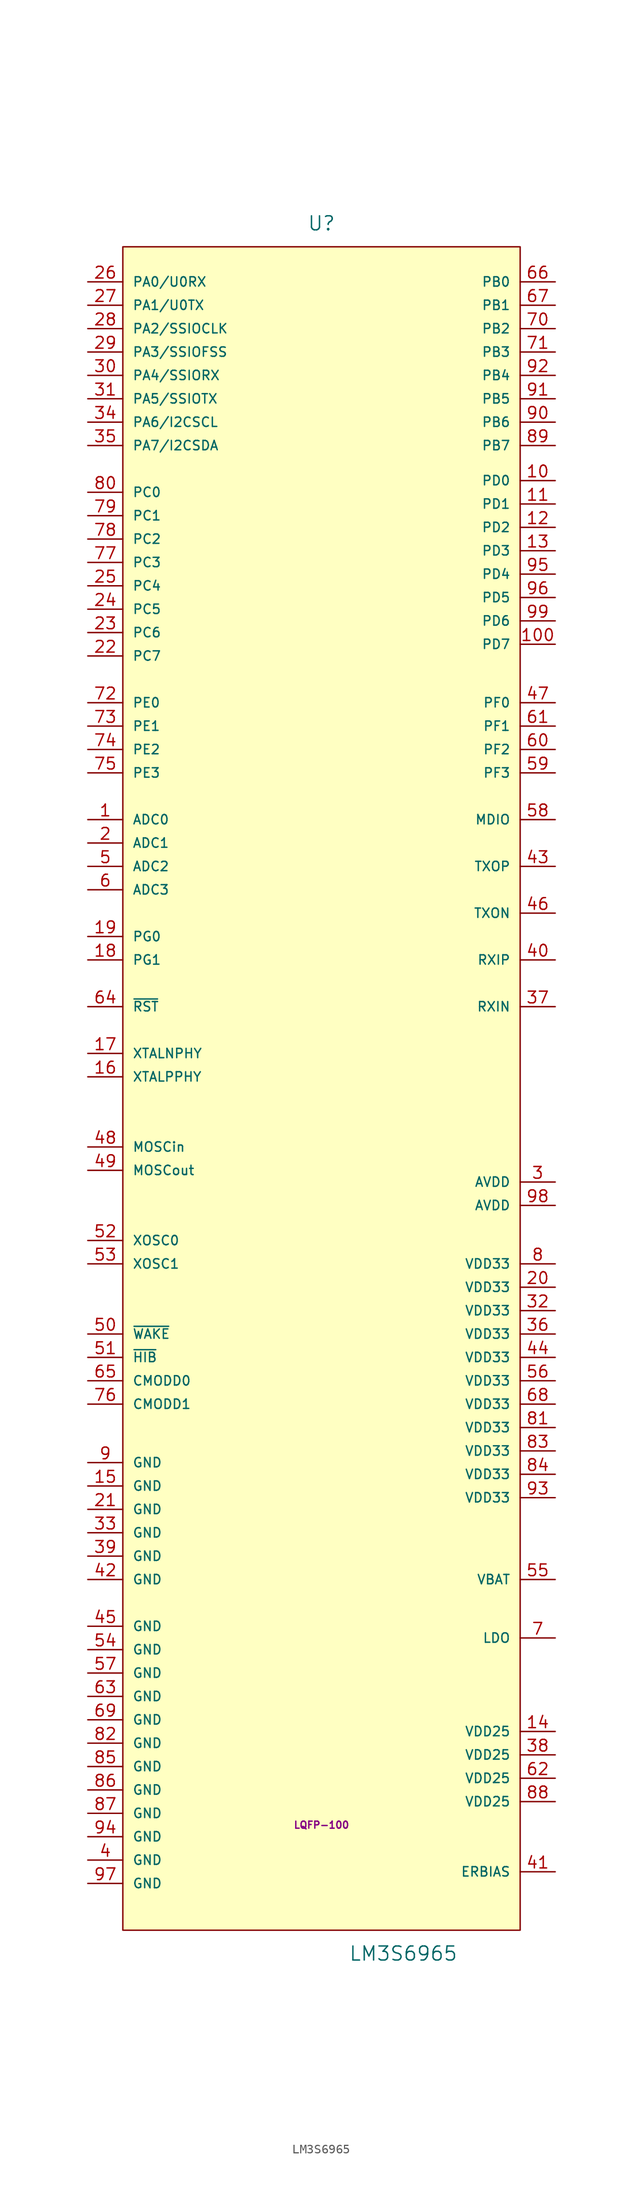
<source format=kicad_sym>
(kicad_symbol_lib
  (version 20220914)
  (generator kicad_symbol_editor)
  (symbol "LM3S6965"
    (pin_names
      (offset 1.016))
    (property "Reference" "U"
      (at 0 93.98 0)
      (effects (font (size 1.524 1.524))))
    (property "Value" "LM3S6965"
      (at 8.89 -93.98 0)
      (effects (font (size 1.524 1.524))))
    (property "Footprint" "LQFP-100"
      (at 0 -80.01 0)
      (effects (font (size 0.762 0.762))))
    (property "Datasheet" ""
      (at 0 0 0)
      (effects (font (size 1.524 1.524))))
    (symbol "LM3S6965_0_1"
      (rectangle (start -21.59 91.44) (end 21.59 -91.44) (stroke (width 0) (type default)) (fill (type background))))
    (symbol "LM3S6965_1_1"
      (pin input line (at -25.4 29.21 0) (length 3.81) (name "ADC0" (effects (font (size 1.016 1.016)))) (number "1" (effects (font (size 1.27 1.27)))))
      (pin input line (at 25.4 66.04 180) (length 3.81) (name "PD0" (effects (font (size 1.016 1.016)))) (number "10" (effects (font (size 1.27 1.27)))))
      (pin input line (at 25.4 48.26 180) (length 3.81) (name "PD7" (effects (font (size 1.016 1.016)))) (number "100" (effects (font (size 1.27 1.27)))))
      (pin input line (at 25.4 63.5 180) (length 3.81) (name "PD1" (effects (font (size 1.016 1.016)))) (number "11" (effects (font (size 1.27 1.27)))))
      (pin input line (at 25.4 60.96 180) (length 3.81) (name "PD2" (effects (font (size 1.016 1.016)))) (number "12" (effects (font (size 1.27 1.27)))))
      (pin input line (at 25.4 58.42 180) (length 3.81) (name "PD3" (effects (font (size 1.016 1.016)))) (number "13" (effects (font (size 1.27 1.27)))))
      (pin input line (at 25.4 -69.85 180) (length 3.81) (name "VDD25" (effects (font (size 1.016 1.016)))) (number "14" (effects (font (size 1.27 1.27)))))
      (pin input line (at -25.4 -43.18 0) (length 3.81) (name "GND" (effects (font (size 1.016 1.016)))) (number "15" (effects (font (size 1.27 1.27)))))
      (pin input line (at -25.4 1.27 0) (length 3.81) (name "XTALPPHY" (effects (font (size 1.016 1.016)))) (number "16" (effects (font (size 1.27 1.27)))))
      (pin input line (at -25.4 3.81 0) (length 3.81) (name "XTALNPHY" (effects (font (size 1.016 1.016)))) (number "17" (effects (font (size 1.27 1.27)))))
      (pin input line (at -25.4 13.97 0) (length 3.81) (name "PG1" (effects (font (size 1.016 1.016)))) (number "18" (effects (font (size 1.27 1.27)))))
      (pin input line (at -25.4 16.51 0) (length 3.81) (name "PG0" (effects (font (size 1.016 1.016)))) (number "19" (effects (font (size 1.27 1.27)))))
      (pin input line (at -25.4 26.67 0) (length 3.81) (name "ADC1" (effects (font (size 1.016 1.016)))) (number "2" (effects (font (size 1.27 1.27)))))
      (pin input line (at 25.4 -21.59 180) (length 3.81) (name "VDD33" (effects (font (size 1.016 1.016)))) (number "20" (effects (font (size 1.27 1.27)))))
      (pin input line (at -25.4 -45.72 0) (length 3.81) (name "GND" (effects (font (size 1.016 1.016)))) (number "21" (effects (font (size 1.27 1.27)))))
      (pin input line (at -25.4 46.99 0) (length 3.81) (name "PC7" (effects (font (size 1.016 1.016)))) (number "22" (effects (font (size 1.27 1.27)))))
      (pin input line (at -25.4 49.53 0) (length 3.81) (name "PC6" (effects (font (size 1.016 1.016)))) (number "23" (effects (font (size 1.27 1.27)))))
      (pin input line (at -25.4 52.07 0) (length 3.81) (name "PC5" (effects (font (size 1.016 1.016)))) (number "24" (effects (font (size 1.27 1.27)))))
      (pin input line (at -25.4 54.61 0) (length 3.81) (name "PC4" (effects (font (size 1.016 1.016)))) (number "25" (effects (font (size 1.27 1.27)))))
      (pin input line (at -25.4 87.63 0) (length 3.81) (name "PA0/U0RX" (effects (font (size 1.016 1.016)))) (number "26" (effects (font (size 1.27 1.27)))))
      (pin input line (at -25.4 85.09 0) (length 3.81) (name "PA1/U0TX" (effects (font (size 1.016 1.016)))) (number "27" (effects (font (size 1.27 1.27)))))
      (pin input line (at -25.4 82.55 0) (length 3.81) (name "PA2/SSIOCLK" (effects (font (size 1.016 1.016)))) (number "28" (effects (font (size 1.27 1.27)))))
      (pin input line (at -25.4 80.01 0) (length 3.81) (name "PA3/SSIOFSS" (effects (font (size 1.016 1.016)))) (number "29" (effects (font (size 1.27 1.27)))))
      (pin input line (at 25.4 -10.16 180) (length 3.81) (name "AVDD" (effects (font (size 1.016 1.016)))) (number "3" (effects (font (size 1.27 1.27)))))
      (pin input line (at -25.4 77.47 0) (length 3.81) (name "PA4/SSIORX" (effects (font (size 1.016 1.016)))) (number "30" (effects (font (size 1.27 1.27)))))
      (pin input line (at -25.4 74.93 0) (length 3.81) (name "PA5/SSIOTX" (effects (font (size 1.016 1.016)))) (number "31" (effects (font (size 1.27 1.27)))))
      (pin input line (at 25.4 -24.13 180) (length 3.81) (name "VDD33" (effects (font (size 1.016 1.016)))) (number "32" (effects (font (size 1.27 1.27)))))
      (pin input line (at -25.4 -48.26 0) (length 3.81) (name "GND" (effects (font (size 1.016 1.016)))) (number "33" (effects (font (size 1.27 1.27)))))
      (pin input line (at -25.4 72.39 0) (length 3.81) (name "PA6/I2CSCL" (effects (font (size 1.016 1.016)))) (number "34" (effects (font (size 1.27 1.27)))))
      (pin input line (at -25.4 69.85 0) (length 3.81) (name "PA7/I2CSDA" (effects (font (size 1.016 1.016)))) (number "35" (effects (font (size 1.27 1.27)))))
      (pin input line (at 25.4 -26.67 180) (length 3.81) (name "VDD33" (effects (font (size 1.016 1.016)))) (number "36" (effects (font (size 1.27 1.27)))))
      (pin input line (at 25.4 8.89 180) (length 3.81) (name "RXIN" (effects (font (size 1.016 1.016)))) (number "37" (effects (font (size 1.27 1.27)))))
      (pin input line (at 25.4 -72.39 180) (length 3.81) (name "VDD25" (effects (font (size 1.016 1.016)))) (number "38" (effects (font (size 1.27 1.27)))))
      (pin input line (at -25.4 -50.8 0) (length 3.81) (name "GND" (effects (font (size 1.016 1.016)))) (number "39" (effects (font (size 1.27 1.27)))))
      (pin input line (at -25.4 -83.82 0) (length 3.81) (name "GND" (effects (font (size 1.016 1.016)))) (number "4" (effects (font (size 1.27 1.27)))))
      (pin input line (at 25.4 13.97 180) (length 3.81) (name "RXIP" (effects (font (size 1.016 1.016)))) (number "40" (effects (font (size 1.27 1.27)))))
      (pin input line (at 25.4 -85.09 180) (length 3.81) (name "ERBIAS" (effects (font (size 1.016 1.016)))) (number "41" (effects (font (size 1.27 1.27)))))
      (pin input line (at -25.4 -53.34 0) (length 3.81) (name "GND" (effects (font (size 1.016 1.016)))) (number "42" (effects (font (size 1.27 1.27)))))
      (pin input line (at 25.4 24.13 180) (length 3.81) (name "TXOP" (effects (font (size 1.016 1.016)))) (number "43" (effects (font (size 1.27 1.27)))))
      (pin input line (at 25.4 -29.21 180) (length 3.81) (name "VDD33" (effects (font (size 1.016 1.016)))) (number "44" (effects (font (size 1.27 1.27)))))
      (pin input line (at -25.4 -58.42 0) (length 3.81) (name "GND" (effects (font (size 1.016 1.016)))) (number "45" (effects (font (size 1.27 1.27)))))
      (pin input line (at 25.4 19.05 180) (length 3.81) (name "TXON" (effects (font (size 1.016 1.016)))) (number "46" (effects (font (size 1.27 1.27)))))
      (pin input line (at 25.4 41.91 180) (length 3.81) (name "PF0" (effects (font (size 1.016 1.016)))) (number "47" (effects (font (size 1.27 1.27)))))
      (pin input line (at -25.4 -6.35 0) (length 3.81) (name "MOSCin" (effects (font (size 1.016 1.016)))) (number "48" (effects (font (size 1.27 1.27)))))
      (pin input line (at -25.4 -8.89 0) (length 3.81) (name "MOSCout" (effects (font (size 1.016 1.016)))) (number "49" (effects (font (size 1.27 1.27)))))
      (pin input line (at -25.4 24.13 0) (length 3.81) (name "ADC2" (effects (font (size 1.016 1.016)))) (number "5" (effects (font (size 1.27 1.27)))))
      (pin input line (at -25.4 -26.67 0) (length 3.81) (name "~{WAKE}" (effects (font (size 1.016 1.016)))) (number "50" (effects (font (size 1.27 1.27)))))
      (pin input line (at -25.4 -29.21 0) (length 3.81) (name "~{HIB}" (effects (font (size 1.016 1.016)))) (number "51" (effects (font (size 1.27 1.27)))))
      (pin input line (at -25.4 -16.51 0) (length 3.81) (name "XOSC0" (effects (font (size 1.016 1.016)))) (number "52" (effects (font (size 1.27 1.27)))))
      (pin input line (at -25.4 -19.05 0) (length 3.81) (name "XOSC1" (effects (font (size 1.016 1.016)))) (number "53" (effects (font (size 1.27 1.27)))))
      (pin input line (at -25.4 -60.96 0) (length 3.81) (name "GND" (effects (font (size 1.016 1.016)))) (number "54" (effects (font (size 1.27 1.27)))))
      (pin input line (at 25.4 -53.34 180) (length 3.81) (name "VBAT" (effects (font (size 1.016 1.016)))) (number "55" (effects (font (size 1.27 1.27)))))
      (pin input line (at 25.4 -31.75 180) (length 3.81) (name "VDD33" (effects (font (size 1.016 1.016)))) (number "56" (effects (font (size 1.27 1.27)))))
      (pin input line (at -25.4 -63.5 0) (length 3.81) (name "GND" (effects (font (size 1.016 1.016)))) (number "57" (effects (font (size 1.27 1.27)))))
      (pin input line (at 25.4 29.21 180) (length 3.81) (name "MDIO" (effects (font (size 1.016 1.016)))) (number "58" (effects (font (size 1.27 1.27)))))
      (pin input line (at 25.4 34.29 180) (length 3.81) (name "PF3" (effects (font (size 1.016 1.016)))) (number "59" (effects (font (size 1.27 1.27)))))
      (pin input line (at -25.4 21.59 0) (length 3.81) (name "ADC3" (effects (font (size 1.016 1.016)))) (number "6" (effects (font (size 1.27 1.27)))))
      (pin input line (at 25.4 36.83 180) (length 3.81) (name "PF2" (effects (font (size 1.016 1.016)))) (number "60" (effects (font (size 1.27 1.27)))))
      (pin input line (at 25.4 39.37 180) (length 3.81) (name "PF1" (effects (font (size 1.016 1.016)))) (number "61" (effects (font (size 1.27 1.27)))))
      (pin input line (at 25.4 -74.93 180) (length 3.81) (name "VDD25" (effects (font (size 1.016 1.016)))) (number "62" (effects (font (size 1.27 1.27)))))
      (pin input line (at -25.4 -66.04 0) (length 3.81) (name "GND" (effects (font (size 1.016 1.016)))) (number "63" (effects (font (size 1.27 1.27)))))
      (pin input line (at -25.4 8.89 0) (length 3.81) (name "~{RST}" (effects (font (size 1.016 1.016)))) (number "64" (effects (font (size 1.27 1.27)))))
      (pin input line (at -25.4 -31.75 0) (length 3.81) (name "CMODD0" (effects (font (size 1.016 1.016)))) (number "65" (effects (font (size 1.27 1.27)))))
      (pin input line (at 25.4 87.63 180) (length 3.81) (name "PB0" (effects (font (size 1.016 1.016)))) (number "66" (effects (font (size 1.27 1.27)))))
      (pin input line (at 25.4 85.09 180) (length 3.81) (name "PB1" (effects (font (size 1.016 1.016)))) (number "67" (effects (font (size 1.27 1.27)))))
      (pin input line (at 25.4 -34.29 180) (length 3.81) (name "VDD33" (effects (font (size 1.016 1.016)))) (number "68" (effects (font (size 1.27 1.27)))))
      (pin input line (at -25.4 -68.58 0) (length 3.81) (name "GND" (effects (font (size 1.016 1.016)))) (number "69" (effects (font (size 1.27 1.27)))))
      (pin input line (at 25.4 -59.69 180) (length 3.81) (name "LDO" (effects (font (size 1.016 1.016)))) (number "7" (effects (font (size 1.27 1.27)))))
      (pin input line (at 25.4 82.55 180) (length 3.81) (name "PB2" (effects (font (size 1.016 1.016)))) (number "70" (effects (font (size 1.27 1.27)))))
      (pin input line (at 25.4 80.01 180) (length 3.81) (name "PB3" (effects (font (size 1.016 1.016)))) (number "71" (effects (font (size 1.27 1.27)))))
      (pin input line (at -25.4 41.91 0) (length 3.81) (name "PE0" (effects (font (size 1.016 1.016)))) (number "72" (effects (font (size 1.27 1.27)))))
      (pin input line (at -25.4 39.37 0) (length 3.81) (name "PE1" (effects (font (size 1.016 1.016)))) (number "73" (effects (font (size 1.27 1.27)))))
      (pin input line (at -25.4 36.83 0) (length 3.81) (name "PE2" (effects (font (size 1.016 1.016)))) (number "74" (effects (font (size 1.27 1.27)))))
      (pin input line (at -25.4 34.29 0) (length 3.81) (name "PE3" (effects (font (size 1.016 1.016)))) (number "75" (effects (font (size 1.27 1.27)))))
      (pin input line (at -25.4 -34.29 0) (length 3.81) (name "CMODD1" (effects (font (size 1.016 1.016)))) (number "76" (effects (font (size 1.27 1.27)))))
      (pin input line (at -25.4 57.15 0) (length 3.81) (name "PC3" (effects (font (size 1.016 1.016)))) (number "77" (effects (font (size 1.27 1.27)))))
      (pin input line (at -25.4 59.69 0) (length 3.81) (name "PC2" (effects (font (size 1.016 1.016)))) (number "78" (effects (font (size 1.27 1.27)))))
      (pin input line (at -25.4 62.23 0) (length 3.81) (name "PC1" (effects (font (size 1.016 1.016)))) (number "79" (effects (font (size 1.27 1.27)))))
      (pin input line (at 25.4 -19.05 180) (length 3.81) (name "VDD33" (effects (font (size 1.016 1.016)))) (number "8" (effects (font (size 1.27 1.27)))))
      (pin input line (at -25.4 64.77 0) (length 3.81) (name "PC0" (effects (font (size 1.016 1.016)))) (number "80" (effects (font (size 1.27 1.27)))))
      (pin input line (at 25.4 -36.83 180) (length 3.81) (name "VDD33" (effects (font (size 1.016 1.016)))) (number "81" (effects (font (size 1.27 1.27)))))
      (pin input line (at -25.4 -71.12 0) (length 3.81) (name "GND" (effects (font (size 1.016 1.016)))) (number "82" (effects (font (size 1.27 1.27)))))
      (pin input line (at 25.4 -39.37 180) (length 3.81) (name "VDD33" (effects (font (size 1.016 1.016)))) (number "83" (effects (font (size 1.27 1.27)))))
      (pin input line (at 25.4 -41.91 180) (length 3.81) (name "VDD33" (effects (font (size 1.016 1.016)))) (number "84" (effects (font (size 1.27 1.27)))))
      (pin input line (at -25.4 -73.66 0) (length 3.81) (name "GND" (effects (font (size 1.016 1.016)))) (number "85" (effects (font (size 1.27 1.27)))))
      (pin input line (at -25.4 -76.2 0) (length 3.81) (name "GND" (effects (font (size 1.016 1.016)))) (number "86" (effects (font (size 1.27 1.27)))))
      (pin input line (at -25.4 -78.74 0) (length 3.81) (name "GND" (effects (font (size 1.016 1.016)))) (number "87" (effects (font (size 1.27 1.27)))))
      (pin input line (at 25.4 -77.47 180) (length 3.81) (name "VDD25" (effects (font (size 1.016 1.016)))) (number "88" (effects (font (size 1.27 1.27)))))
      (pin input line (at 25.4 69.85 180) (length 3.81) (name "PB7" (effects (font (size 1.016 1.016)))) (number "89" (effects (font (size 1.27 1.27)))))
      (pin input line (at -25.4 -40.64 0) (length 3.81) (name "GND" (effects (font (size 1.016 1.016)))) (number "9" (effects (font (size 1.27 1.27)))))
      (pin input line (at 25.4 72.39 180) (length 3.81) (name "PB6" (effects (font (size 1.016 1.016)))) (number "90" (effects (font (size 1.27 1.27)))))
      (pin input line (at 25.4 74.93 180) (length 3.81) (name "PB5" (effects (font (size 1.016 1.016)))) (number "91" (effects (font (size 1.27 1.27)))))
      (pin input line (at 25.4 77.47 180) (length 3.81) (name "PB4" (effects (font (size 1.016 1.016)))) (number "92" (effects (font (size 1.27 1.27)))))
      (pin input line (at 25.4 -44.45 180) (length 3.81) (name "VDD33" (effects (font (size 1.016 1.016)))) (number "93" (effects (font (size 1.27 1.27)))))
      (pin input line (at -25.4 -81.28 0) (length 3.81) (name "GND" (effects (font (size 1.016 1.016)))) (number "94" (effects (font (size 1.27 1.27)))))
      (pin input line (at 25.4 55.88 180) (length 3.81) (name "PD4" (effects (font (size 1.016 1.016)))) (number "95" (effects (font (size 1.27 1.27)))))
      (pin input line (at 25.4 53.34 180) (length 3.81) (name "PD5" (effects (font (size 1.016 1.016)))) (number "96" (effects (font (size 1.27 1.27)))))
      (pin input line (at -25.4 -86.36 0) (length 3.81) (name "GND" (effects (font (size 1.016 1.016)))) (number "97" (effects (font (size 1.27 1.27)))))
      (pin input line (at 25.4 -12.7 180) (length 3.81) (name "AVDD" (effects (font (size 1.016 1.016)))) (number "98" (effects (font (size 1.27 1.27)))))
      (pin input line (at 25.4 50.8 180) (length 3.81) (name "PD6" (effects (font (size 1.016 1.016)))) (number "99" (effects (font (size 1.27 1.27))))))))
</source>
